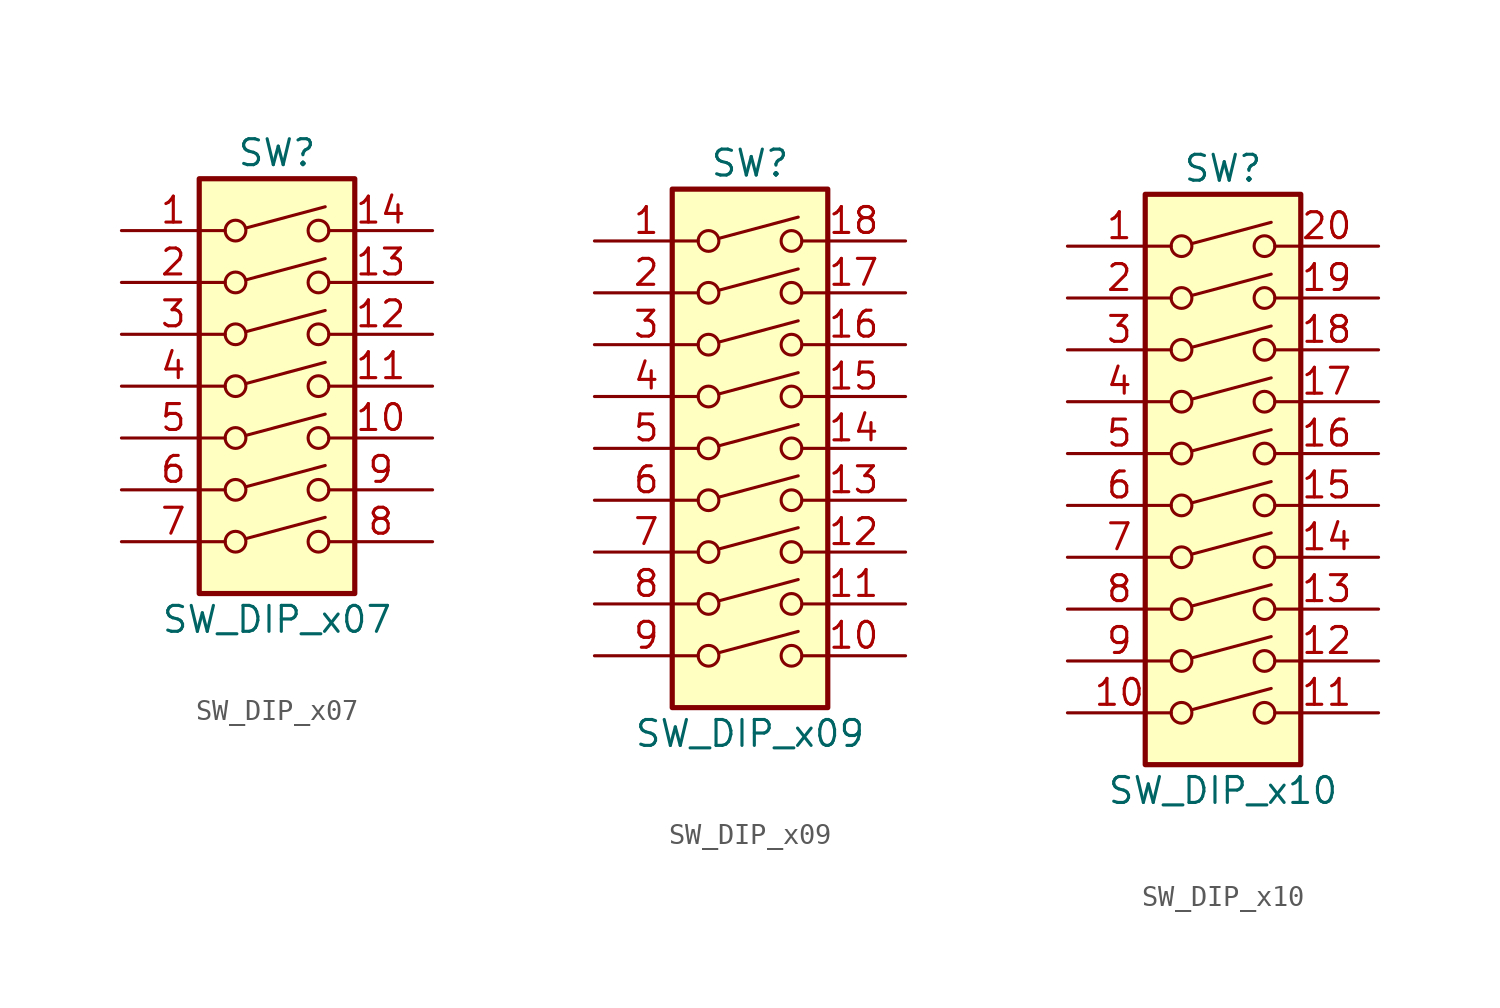
<source format=kicad_sym>
(kicad_symbol_lib
  (version 20231120)
  (generator "kicad_symbol_editor")
  (generator_version "8.0")
  (symbol "SW_DIP_x07"
    (pin_names
      (offset 0) hide)
    (property "Reference" "SW"
      (at 0 11.43 0)
      (effects (font (size 1.27 1.27))))
    (property "Value" "SW_DIP_x07"
      (at 0 -11.43 0)
      (effects (font (size 1.27 1.27))))
    (symbol "SW_DIP_x07_0_0"
      (circle (center -2.032 -7.62) (radius 0.508) (stroke (width 0) (type default)) (fill (type none)))
      (circle (center -2.032 -5.08) (radius 0.508) (stroke (width 0) (type default)) (fill (type none)))
      (circle (center -2.032 -2.54) (radius 0.508) (stroke (width 0) (type default)) (fill (type none)))
      (circle (center -2.032 0) (radius 0.508) (stroke (width 0) (type default)) (fill (type none)))
      (circle (center -2.032 2.54) (radius 0.508) (stroke (width 0) (type default)) (fill (type none)))
      (circle (center -2.032 5.08) (radius 0.508) (stroke (width 0) (type default)) (fill (type none)))
      (circle (center -2.032 7.62) (radius 0.508) (stroke (width 0) (type default)) (fill (type none)))
      (polyline (pts (xy -1.524 -7.468) (xy 2.362 -6.426)) (stroke (width 0) (type default)) (fill (type none)))
      (polyline (pts (xy -1.524 -4.928) (xy 2.362 -3.886)) (stroke (width 0) (type default)) (fill (type none)))
      (polyline (pts (xy -1.524 -2.413) (xy 2.362 -1.372)) (stroke (width 0) (type default)) (fill (type none)))
      (polyline (pts (xy -1.524 0.127) (xy 2.362 1.168)) (stroke (width 0) (type default)) (fill (type none)))
      (polyline (pts (xy -1.524 2.667) (xy 2.362 3.708)) (stroke (width 0) (type default)) (fill (type none)))
      (polyline (pts (xy -1.524 5.207) (xy 2.362 6.248)) (stroke (width 0) (type default)) (fill (type none)))
      (polyline (pts (xy -1.524 7.747) (xy 2.362 8.788)) (stroke (width 0) (type default)) (fill (type none)))
      (circle (center 2.032 -7.62) (radius 0.508) (stroke (width 0) (type default)) (fill (type none)))
      (circle (center 2.032 -5.08) (radius 0.508) (stroke (width 0) (type default)) (fill (type none)))
      (circle (center 2.032 -2.54) (radius 0.508) (stroke (width 0) (type default)) (fill (type none)))
      (circle (center 2.032 0) (radius 0.508) (stroke (width 0) (type default)) (fill (type none)))
      (circle (center 2.032 2.54) (radius 0.508) (stroke (width 0) (type default)) (fill (type none)))
      (circle (center 2.032 5.08) (radius 0.508) (stroke (width 0) (type default)) (fill (type none)))
      (circle (center 2.032 7.62) (radius 0.508) (stroke (width 0) (type default)) (fill (type none))))
    (symbol "SW_DIP_x07_0_1"
      (rectangle (start -3.81 10.16) (end 3.81 -10.16) (stroke (width 0.254) (type default)) (fill (type background))))
    (symbol "SW_DIP_x07_1_1"
      (pin passive line (at -7.62 7.62 0) (length 5.08) (name "~" (effects (font (size 1.27 1.27)))) (number "1" (effects (font (size 1.27 1.27)))))
      (pin passive line (at 7.62 -2.54 180) (length 5.08) (name "~" (effects (font (size 1.27 1.27)))) (number "10" (effects (font (size 1.27 1.27)))))
      (pin passive line (at 7.62 0 180) (length 5.08) (name "~" (effects (font (size 1.27 1.27)))) (number "11" (effects (font (size 1.27 1.27)))))
      (pin passive line (at 7.62 2.54 180) (length 5.08) (name "~" (effects (font (size 1.27 1.27)))) (number "12" (effects (font (size 1.27 1.27)))))
      (pin passive line (at 7.62 5.08 180) (length 5.08) (name "~" (effects (font (size 1.27 1.27)))) (number "13" (effects (font (size 1.27 1.27)))))
      (pin passive line (at 7.62 7.62 180) (length 5.08) (name "~" (effects (font (size 1.27 1.27)))) (number "14" (effects (font (size 1.27 1.27)))))
      (pin passive line (at -7.62 5.08 0) (length 5.08) (name "~" (effects (font (size 1.27 1.27)))) (number "2" (effects (font (size 1.27 1.27)))))
      (pin passive line (at -7.62 2.54 0) (length 5.08) (name "~" (effects (font (size 1.27 1.27)))) (number "3" (effects (font (size 1.27 1.27)))))
      (pin passive line (at -7.62 0 0) (length 5.08) (name "~" (effects (font (size 1.27 1.27)))) (number "4" (effects (font (size 1.27 1.27)))))
      (pin passive line (at -7.62 -2.54 0) (length 5.08) (name "~" (effects (font (size 1.27 1.27)))) (number "5" (effects (font (size 1.27 1.27)))))
      (pin passive line (at -7.62 -5.08 0) (length 5.08) (name "~" (effects (font (size 1.27 1.27)))) (number "6" (effects (font (size 1.27 1.27)))))
      (pin passive line (at -7.62 -7.62 0) (length 5.08) (name "~" (effects (font (size 1.27 1.27)))) (number "7" (effects (font (size 1.27 1.27)))))
      (pin passive line (at 7.62 -7.62 180) (length 5.08) (name "~" (effects (font (size 1.27 1.27)))) (number "8" (effects (font (size 1.27 1.27)))))
      (pin passive line (at 7.62 -5.08 180) (length 5.08) (name "~" (effects (font (size 1.27 1.27)))) (number "9" (effects (font (size 1.27 1.27)))))))
  (symbol "SW_DIP_x09"
    (pin_names
      (offset 0) hide)
    (property "Reference" "SW"
      (at 0 13.97 0)
      (effects (font (size 1.27 1.27))))
    (property "Value" "SW_DIP_x09"
      (at 0 -13.97 0)
      (effects (font (size 1.27 1.27))))
    (symbol "SW_DIP_x09_0_0"
      (circle (center -2.032 -10.16) (radius 0.508) (stroke (width 0) (type default)) (fill (type none)))
      (circle (center -2.032 -7.62) (radius 0.508) (stroke (width 0) (type default)) (fill (type none)))
      (circle (center -2.032 -5.08) (radius 0.508) (stroke (width 0) (type default)) (fill (type none)))
      (circle (center -2.032 -2.54) (radius 0.508) (stroke (width 0) (type default)) (fill (type none)))
      (circle (center -2.032 0) (radius 0.508) (stroke (width 0) (type default)) (fill (type none)))
      (circle (center -2.032 2.54) (radius 0.508) (stroke (width 0) (type default)) (fill (type none)))
      (circle (center -2.032 5.08) (radius 0.508) (stroke (width 0) (type default)) (fill (type none)))
      (circle (center -2.032 7.62) (radius 0.508) (stroke (width 0) (type default)) (fill (type none)))
      (circle (center -2.032 10.16) (radius 0.508) (stroke (width 0) (type default)) (fill (type none)))
      (polyline (pts (xy -1.524 -10.008) (xy 2.362 -8.966)) (stroke (width 0) (type default)) (fill (type none)))
      (polyline (pts (xy -1.524 -7.468) (xy 2.362 -6.426)) (stroke (width 0) (type default)) (fill (type none)))
      (polyline (pts (xy -1.524 -4.928) (xy 2.362 -3.886)) (stroke (width 0) (type default)) (fill (type none)))
      (polyline (pts (xy -1.524 -2.388) (xy 2.362 -1.346)) (stroke (width 0) (type default)) (fill (type none)))
      (polyline (pts (xy -1.524 0.127) (xy 2.362 1.168)) (stroke (width 0) (type default)) (fill (type none)))
      (polyline (pts (xy -1.524 2.667) (xy 2.362 3.708)) (stroke (width 0) (type default)) (fill (type none)))
      (polyline (pts (xy -1.524 5.207) (xy 2.362 6.248)) (stroke (width 0) (type default)) (fill (type none)))
      (polyline (pts (xy -1.524 7.747) (xy 2.362 8.788)) (stroke (width 0) (type default)) (fill (type none)))
      (polyline (pts (xy -1.524 10.287) (xy 2.362 11.328)) (stroke (width 0) (type default)) (fill (type none)))
      (circle (center 2.032 -10.16) (radius 0.508) (stroke (width 0) (type default)) (fill (type none)))
      (circle (center 2.032 -7.62) (radius 0.508) (stroke (width 0) (type default)) (fill (type none)))
      (circle (center 2.032 -5.08) (radius 0.508) (stroke (width 0) (type default)) (fill (type none)))
      (circle (center 2.032 -2.54) (radius 0.508) (stroke (width 0) (type default)) (fill (type none)))
      (circle (center 2.032 0) (radius 0.508) (stroke (width 0) (type default)) (fill (type none)))
      (circle (center 2.032 2.54) (radius 0.508) (stroke (width 0) (type default)) (fill (type none)))
      (circle (center 2.032 5.08) (radius 0.508) (stroke (width 0) (type default)) (fill (type none)))
      (circle (center 2.032 7.62) (radius 0.508) (stroke (width 0) (type default)) (fill (type none)))
      (circle (center 2.032 10.16) (radius 0.508) (stroke (width 0) (type default)) (fill (type none))))
    (symbol "SW_DIP_x09_0_1"
      (rectangle (start -3.81 12.7) (end 3.81 -12.7) (stroke (width 0.254) (type default)) (fill (type background))))
    (symbol "SW_DIP_x09_1_1"
      (pin passive line (at -7.62 10.16 0) (length 5.08) (name "~" (effects (font (size 1.27 1.27)))) (number "1" (effects (font (size 1.27 1.27)))))
      (pin passive line (at 7.62 -10.16 180) (length 5.08) (name "~" (effects (font (size 1.27 1.27)))) (number "10" (effects (font (size 1.27 1.27)))))
      (pin passive line (at 7.62 -7.62 180) (length 5.08) (name "~" (effects (font (size 1.27 1.27)))) (number "11" (effects (font (size 1.27 1.27)))))
      (pin passive line (at 7.62 -5.08 180) (length 5.08) (name "~" (effects (font (size 1.27 1.27)))) (number "12" (effects (font (size 1.27 1.27)))))
      (pin passive line (at 7.62 -2.54 180) (length 5.08) (name "~" (effects (font (size 1.27 1.27)))) (number "13" (effects (font (size 1.27 1.27)))))
      (pin passive line (at 7.62 0 180) (length 5.08) (name "~" (effects (font (size 1.27 1.27)))) (number "14" (effects (font (size 1.27 1.27)))))
      (pin passive line (at 7.62 2.54 180) (length 5.08) (name "~" (effects (font (size 1.27 1.27)))) (number "15" (effects (font (size 1.27 1.27)))))
      (pin passive line (at 7.62 5.08 180) (length 5.08) (name "~" (effects (font (size 1.27 1.27)))) (number "16" (effects (font (size 1.27 1.27)))))
      (pin passive line (at 7.62 7.62 180) (length 5.08) (name "~" (effects (font (size 1.27 1.27)))) (number "17" (effects (font (size 1.27 1.27)))))
      (pin passive line (at 7.62 10.16 180) (length 5.08) (name "~" (effects (font (size 1.27 1.27)))) (number "18" (effects (font (size 1.27 1.27)))))
      (pin passive line (at -7.62 7.62 0) (length 5.08) (name "~" (effects (font (size 1.27 1.27)))) (number "2" (effects (font (size 1.27 1.27)))))
      (pin passive line (at -7.62 5.08 0) (length 5.08) (name "~" (effects (font (size 1.27 1.27)))) (number "3" (effects (font (size 1.27 1.27)))))
      (pin passive line (at -7.62 2.54 0) (length 5.08) (name "~" (effects (font (size 1.27 1.27)))) (number "4" (effects (font (size 1.27 1.27)))))
      (pin passive line (at -7.62 0 0) (length 5.08) (name "~" (effects (font (size 1.27 1.27)))) (number "5" (effects (font (size 1.27 1.27)))))
      (pin passive line (at -7.62 -2.54 0) (length 5.08) (name "~" (effects (font (size 1.27 1.27)))) (number "6" (effects (font (size 1.27 1.27)))))
      (pin passive line (at -7.62 -5.08 0) (length 5.08) (name "~" (effects (font (size 1.27 1.27)))) (number "7" (effects (font (size 1.27 1.27)))))
      (pin passive line (at -7.62 -7.62 0) (length 5.08) (name "~" (effects (font (size 1.27 1.27)))) (number "8" (effects (font (size 1.27 1.27)))))
      (pin passive line (at -7.62 -10.16 0) (length 5.08) (name "~" (effects (font (size 1.27 1.27)))) (number "9" (effects (font (size 1.27 1.27)))))))
  (symbol "SW_DIP_x10"
    (pin_names
      (offset 0) hide)
    (property "Reference" "SW"
      (at 0 16.51 0)
      (effects (font (size 1.27 1.27))))
    (property "Value" "SW_DIP_x10"
      (at 0 -13.97 0)
      (effects (font (size 1.27 1.27))))
    (symbol "SW_DIP_x10_0_0"
      (circle (center -2.032 -10.16) (radius 0.508) (stroke (width 0) (type default)) (fill (type none)))
      (circle (center -2.032 -7.62) (radius 0.508) (stroke (width 0) (type default)) (fill (type none)))
      (circle (center -2.032 -5.08) (radius 0.508) (stroke (width 0) (type default)) (fill (type none)))
      (circle (center -2.032 -2.54) (radius 0.508) (stroke (width 0) (type default)) (fill (type none)))
      (circle (center -2.032 0) (radius 0.508) (stroke (width 0) (type default)) (fill (type none)))
      (circle (center -2.032 2.54) (radius 0.508) (stroke (width 0) (type default)) (fill (type none)))
      (circle (center -2.032 5.08) (radius 0.508) (stroke (width 0) (type default)) (fill (type none)))
      (circle (center -2.032 7.62) (radius 0.508) (stroke (width 0) (type default)) (fill (type none)))
      (circle (center -2.032 10.16) (radius 0.508) (stroke (width 0) (type default)) (fill (type none)))
      (circle (center -2.032 12.7) (radius 0.508) (stroke (width 0) (type default)) (fill (type none)))
      (polyline (pts (xy -1.524 -10.008) (xy 2.362 -8.966)) (stroke (width 0) (type default)) (fill (type none)))
      (polyline (pts (xy -1.524 -7.468) (xy 2.362 -6.426)) (stroke (width 0) (type default)) (fill (type none)))
      (polyline (pts (xy -1.524 -4.928) (xy 2.362 -3.886)) (stroke (width 0) (type default)) (fill (type none)))
      (polyline (pts (xy -1.524 -2.388) (xy 2.362 -1.346)) (stroke (width 0) (type default)) (fill (type none)))
      (polyline (pts (xy -1.524 0.127) (xy 2.362 1.168)) (stroke (width 0) (type default)) (fill (type none)))
      (polyline (pts (xy -1.524 2.667) (xy 2.362 3.708)) (stroke (width 0) (type default)) (fill (type none)))
      (polyline (pts (xy -1.524 5.207) (xy 2.362 6.248)) (stroke (width 0) (type default)) (fill (type none)))
      (polyline (pts (xy -1.524 7.747) (xy 2.362 8.788)) (stroke (width 0) (type default)) (fill (type none)))
      (polyline (pts (xy -1.524 10.287) (xy 2.362 11.328)) (stroke (width 0) (type default)) (fill (type none)))
      (polyline (pts (xy -1.524 12.827) (xy 2.362 13.868)) (stroke (width 0) (type default)) (fill (type none)))
      (circle (center 2.032 -10.16) (radius 0.508) (stroke (width 0) (type default)) (fill (type none)))
      (circle (center 2.032 -7.62) (radius 0.508) (stroke (width 0) (type default)) (fill (type none)))
      (circle (center 2.032 -5.08) (radius 0.508) (stroke (width 0) (type default)) (fill (type none)))
      (circle (center 2.032 -2.54) (radius 0.508) (stroke (width 0) (type default)) (fill (type none)))
      (circle (center 2.032 0) (radius 0.508) (stroke (width 0) (type default)) (fill (type none)))
      (circle (center 2.032 2.54) (radius 0.508) (stroke (width 0) (type default)) (fill (type none)))
      (circle (center 2.032 5.08) (radius 0.508) (stroke (width 0) (type default)) (fill (type none)))
      (circle (center 2.032 7.62) (radius 0.508) (stroke (width 0) (type default)) (fill (type none)))
      (circle (center 2.032 10.16) (radius 0.508) (stroke (width 0) (type default)) (fill (type none)))
      (circle (center 2.032 12.7) (radius 0.508) (stroke (width 0) (type default)) (fill (type none))))
    (symbol "SW_DIP_x10_0_1"
      (rectangle (start -3.81 15.24) (end 3.81 -12.7) (stroke (width 0.254) (type default)) (fill (type background))))
    (symbol "SW_DIP_x10_1_1"
      (pin passive line (at -7.62 12.7 0) (length 5.08) (name "~" (effects (font (size 1.27 1.27)))) (number "1" (effects (font (size 1.27 1.27)))))
      (pin passive line (at -7.62 -10.16 0) (length 5.08) (name "~" (effects (font (size 1.27 1.27)))) (number "10" (effects (font (size 1.27 1.27)))))
      (pin passive line (at 7.62 -10.16 180) (length 5.08) (name "~" (effects (font (size 1.27 1.27)))) (number "11" (effects (font (size 1.27 1.27)))))
      (pin passive line (at 7.62 -7.62 180) (length 5.08) (name "~" (effects (font (size 1.27 1.27)))) (number "12" (effects (font (size 1.27 1.27)))))
      (pin passive line (at 7.62 -5.08 180) (length 5.08) (name "~" (effects (font (size 1.27 1.27)))) (number "13" (effects (font (size 1.27 1.27)))))
      (pin passive line (at 7.62 -2.54 180) (length 5.08) (name "~" (effects (font (size 1.27 1.27)))) (number "14" (effects (font (size 1.27 1.27)))))
      (pin passive line (at 7.62 0 180) (length 5.08) (name "~" (effects (font (size 1.27 1.27)))) (number "15" (effects (font (size 1.27 1.27)))))
      (pin passive line (at 7.62 2.54 180) (length 5.08) (name "~" (effects (font (size 1.27 1.27)))) (number "16" (effects (font (size 1.27 1.27)))))
      (pin passive line (at 7.62 5.08 180) (length 5.08) (name "~" (effects (font (size 1.27 1.27)))) (number "17" (effects (font (size 1.27 1.27)))))
      (pin passive line (at 7.62 7.62 180) (length 5.08) (name "~" (effects (font (size 1.27 1.27)))) (number "18" (effects (font (size 1.27 1.27)))))
      (pin passive line (at 7.62 10.16 180) (length 5.08) (name "~" (effects (font (size 1.27 1.27)))) (number "19" (effects (font (size 1.27 1.27)))))
      (pin passive line (at -7.62 10.16 0) (length 5.08) (name "~" (effects (font (size 1.27 1.27)))) (number "2" (effects (font (size 1.27 1.27)))))
      (pin passive line (at 7.62 12.7 180) (length 5.08) (name "~" (effects (font (size 1.27 1.27)))) (number "20" (effects (font (size 1.27 1.27)))))
      (pin passive line (at -7.62 7.62 0) (length 5.08) (name "~" (effects (font (size 1.27 1.27)))) (number "3" (effects (font (size 1.27 1.27)))))
      (pin passive line (at -7.62 5.08 0) (length 5.08) (name "~" (effects (font (size 1.27 1.27)))) (number "4" (effects (font (size 1.27 1.27)))))
      (pin passive line (at -7.62 2.54 0) (length 5.08) (name "~" (effects (font (size 1.27 1.27)))) (number "5" (effects (font (size 1.27 1.27)))))
      (pin passive line (at -7.62 0 0) (length 5.08) (name "~" (effects (font (size 1.27 1.27)))) (number "6" (effects (font (size 1.27 1.27)))))
      (pin passive line (at -7.62 -2.54 0) (length 5.08) (name "~" (effects (font (size 1.27 1.27)))) (number "7" (effects (font (size 1.27 1.27)))))
      (pin passive line (at -7.62 -5.08 0) (length 5.08) (name "~" (effects (font (size 1.27 1.27)))) (number "8" (effects (font (size 1.27 1.27)))))
      (pin passive line (at -7.62 -7.62 0) (length 5.08) (name "~" (effects (font (size 1.27 1.27)))) (number "9" (effects (font (size 1.27 1.27))))))))
</source>
